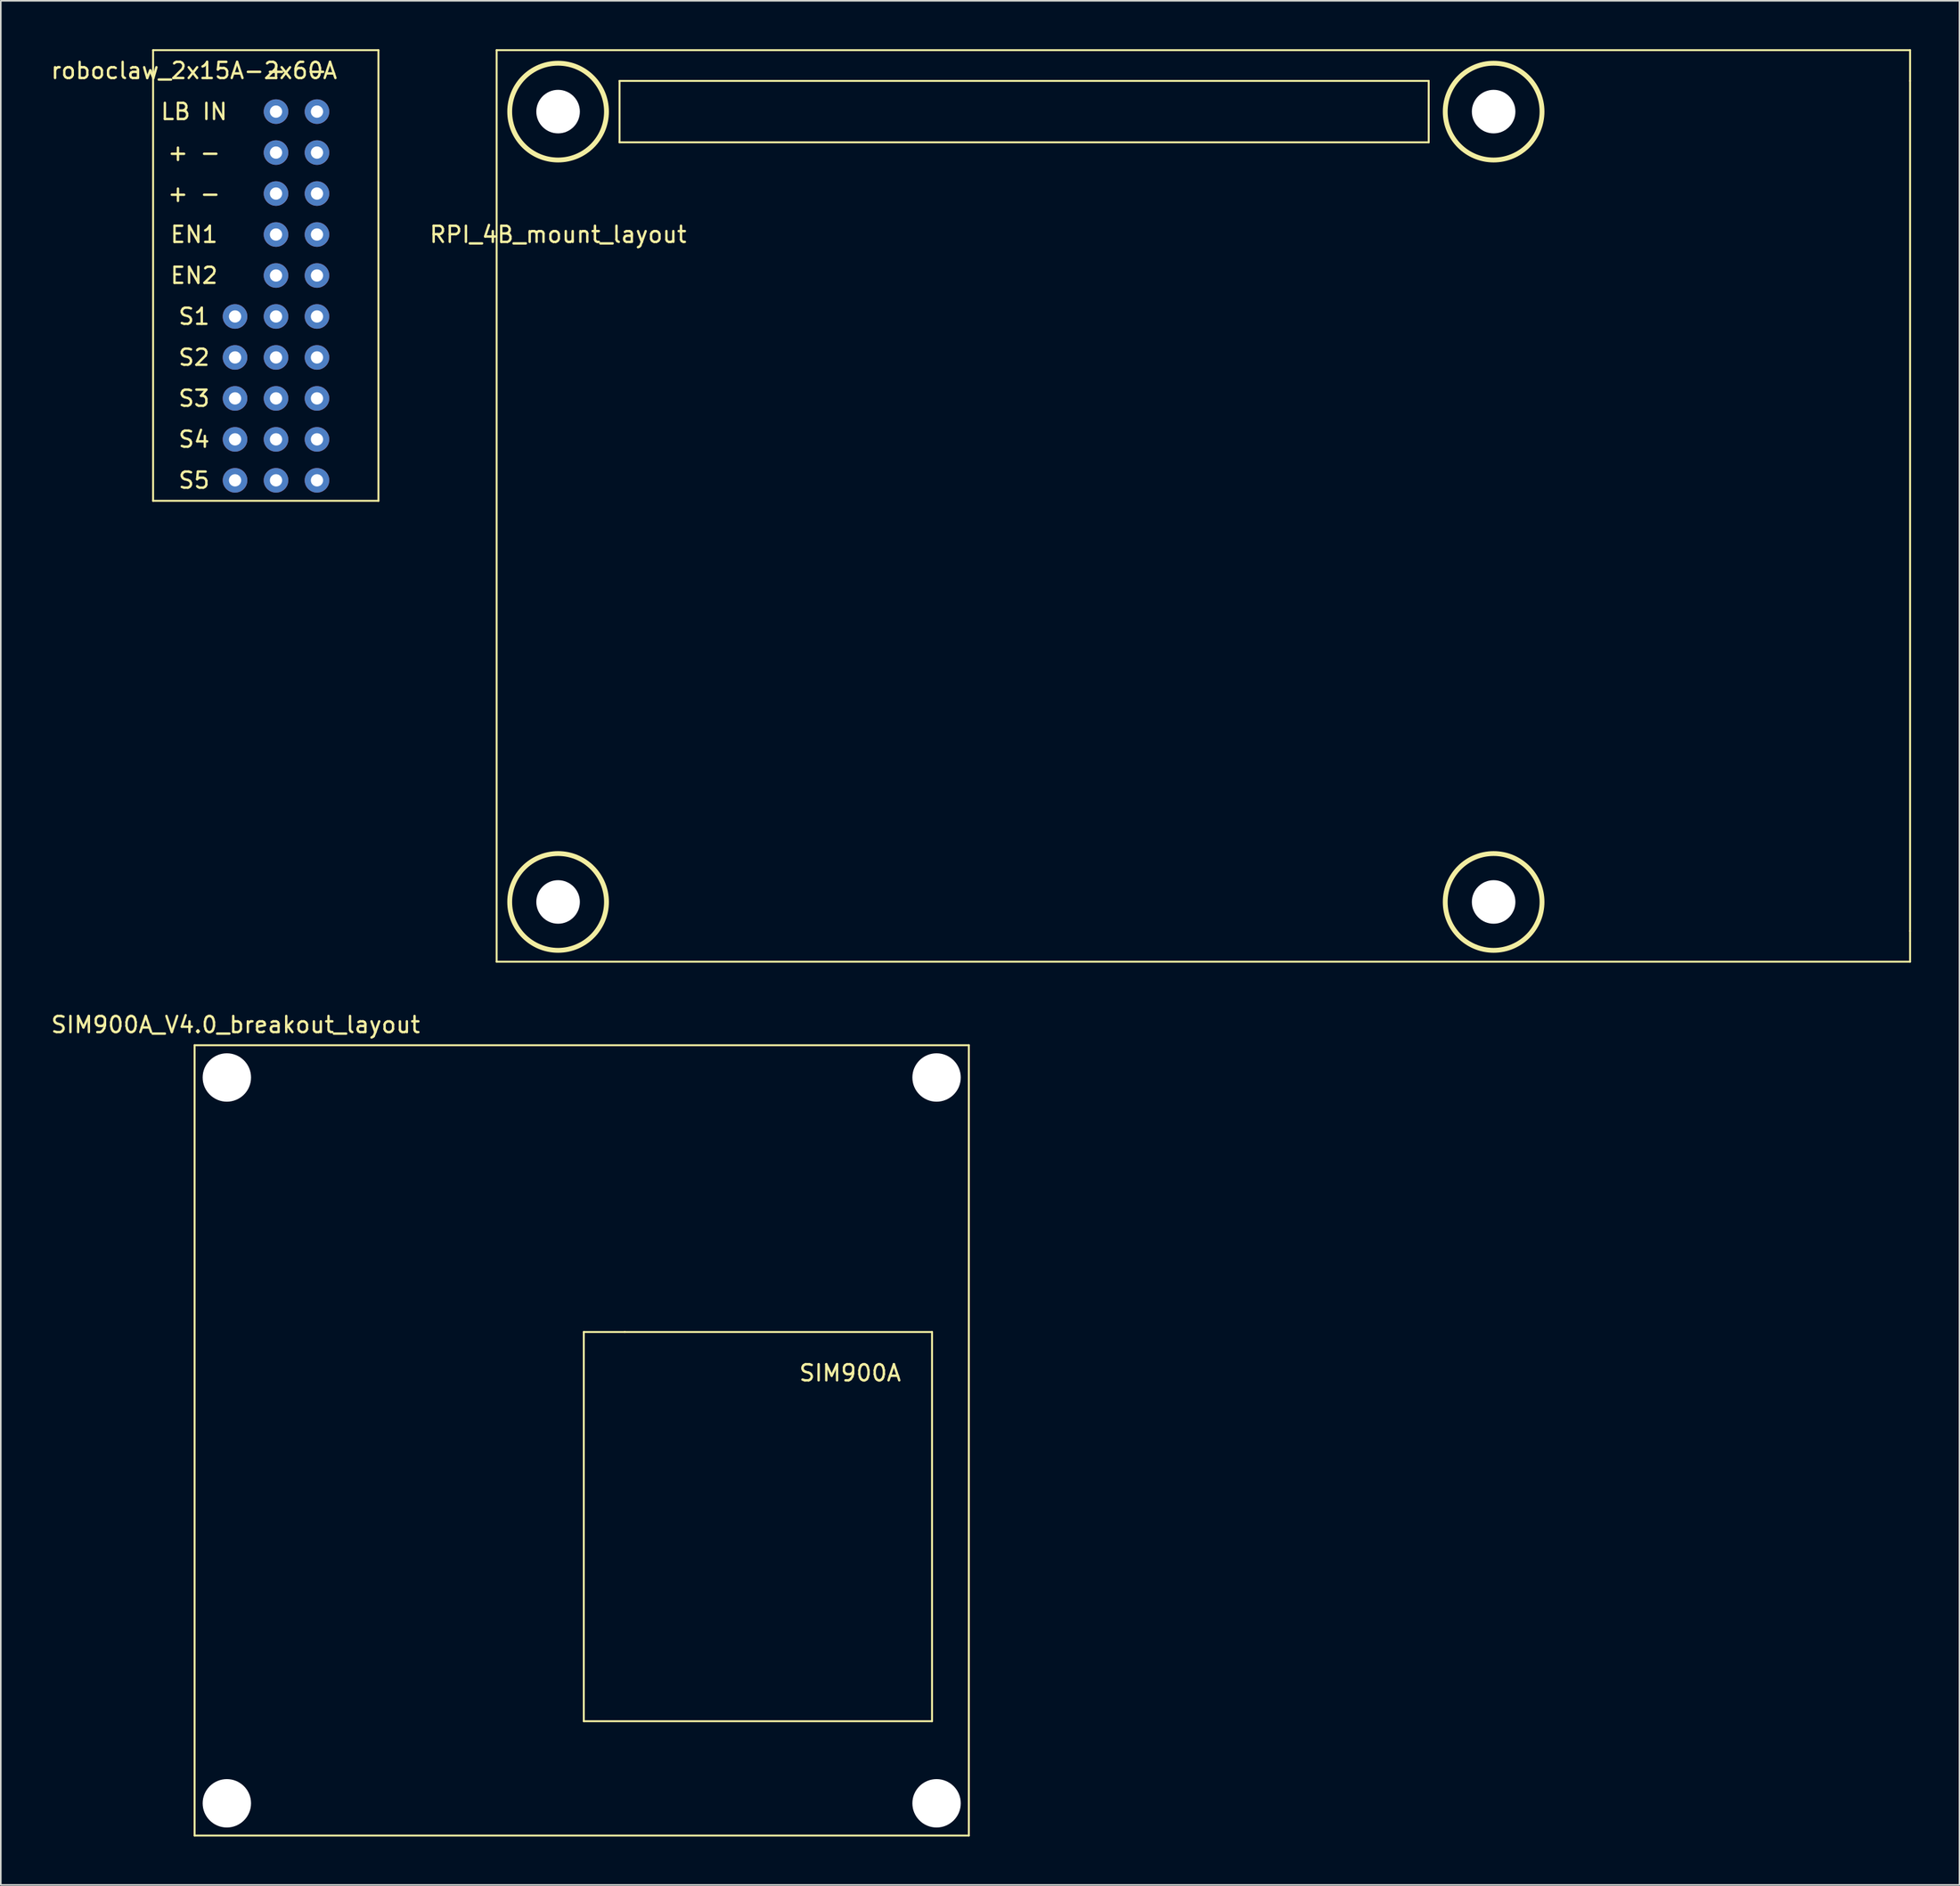
<source format=kicad_pcb>
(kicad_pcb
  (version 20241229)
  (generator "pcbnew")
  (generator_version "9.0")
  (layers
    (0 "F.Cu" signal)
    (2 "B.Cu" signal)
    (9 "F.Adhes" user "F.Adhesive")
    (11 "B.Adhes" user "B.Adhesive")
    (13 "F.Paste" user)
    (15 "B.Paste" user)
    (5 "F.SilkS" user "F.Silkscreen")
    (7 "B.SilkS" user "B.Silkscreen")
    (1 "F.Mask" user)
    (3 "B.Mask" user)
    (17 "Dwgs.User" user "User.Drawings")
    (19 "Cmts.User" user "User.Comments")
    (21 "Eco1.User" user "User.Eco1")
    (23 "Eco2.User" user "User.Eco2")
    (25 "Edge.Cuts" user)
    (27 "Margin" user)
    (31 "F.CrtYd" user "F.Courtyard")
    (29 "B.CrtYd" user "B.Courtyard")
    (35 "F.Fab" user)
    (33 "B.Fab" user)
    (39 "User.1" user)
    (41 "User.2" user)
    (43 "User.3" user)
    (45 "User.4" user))
  (footprint "SIM900A_V4.0_breakout_layout"
    (layer "F.Cu")
    (at 9.014 61.753)
    (property "Reference" "SIM900A_V4.0_breakout_layout" (at 2.54 -1.27 0) (layer "F.SilkS") (effects (font (size 1 1) (thickness 0.15))))
    (attr through_hole)
    (fp_line (start 0 0) (end 0 49) (stroke (width 0.12) (type solid)) (layer "F.SilkS"))
    (fp_line (start 0 0) (end 48 0) (stroke (width 0.12) (type solid)) (layer "F.SilkS"))
    (fp_line (start 0 49) (end 48 49) (stroke (width 0.12) (type solid)) (layer "F.SilkS"))
    (fp_line (start 24.13 17.78) (end 24.13 41.91) (stroke (width 0.12) (type solid)) (layer "F.SilkS"))
    (fp_line (start 24.13 41.91) (end 45.72 41.91) (stroke (width 0.12) (type solid)) (layer "F.SilkS"))
    (fp_line (start 26.67 17.78) (end 24.13 17.78) (stroke (width 0.12) (type solid)) (layer "F.SilkS"))
    (fp_line (start 45.72 17.78) (end 26.67 17.78) (stroke (width 0.12) (type solid)) (layer "F.SilkS"))
    (fp_line (start 45.72 41.91) (end 45.72 17.78) (stroke (width 0.12) (type solid)) (layer "F.SilkS"))
    (fp_line (start 48 49) (end 48 0) (stroke (width 0.12) (type solid)) (layer "F.SilkS"))
    (fp_text user "SIM900A" (at 40.64 20.32 0) (layer "F.SilkS") (effects (font (size 1 1) (thickness 0.15))))
    (pad "" np_thru_hole circle (at 2 2) (size 3 3) (drill 3) (layers "*.Cu" "*.Mask"))
    (pad "" np_thru_hole circle (at 2 47) (size 3 3) (drill 3) (layers "*.Cu" "*.Mask"))
    (pad "" np_thru_hole circle (at 46 2) (size 3 3) (drill 3) (layers "*.Cu" "*.Mask"))
    (pad "" np_thru_hole circle (at 46 47) (size 3 3) (drill 3) (layers "*.Cu" "*.Mask")))
  (footprint "RPI_4B_mount_layout"
    (layer "F.Cu")
    (at 31.55 3.87)
    (property "Reference" "RPI_4B_mount_layout" (at 0 7.62 0) (layer "F.SilkS") (effects (font (size 1 1) (thickness 0.15))))
    (attr through_hole)
    (fp_line (start -3.81 -3.81) (end -3.81 52.705) (stroke (width 0.12) (type solid)) (layer "F.SilkS"))
    (fp_line (start -3.81 -3.81) (end 83.82 -3.81) (stroke (width 0.12) (type solid)) (layer "F.SilkS"))
    (fp_line (start -3.81 52.705) (end 83.82 52.705) (stroke (width 0.12) (type solid)) (layer "F.SilkS"))
    (fp_line (start 3.81 -1.905) (end 3.81 1.905) (stroke (width 0.12) (type solid)) (layer "F.SilkS"))
    (fp_line (start 3.81 1.905) (end 53.975 1.905) (stroke (width 0.12) (type solid)) (layer "F.SilkS"))
    (fp_line (start 53.975 -1.905) (end 3.81 -1.905) (stroke (width 0.12) (type solid)) (layer "F.SilkS"))
    (fp_line (start 53.975 1.905) (end 53.975 -1.905) (stroke (width 0.12) (type solid)) (layer "F.SilkS"))
    (fp_line (start 83.82 -3.81) (end 83.82 -1.905) (stroke (width 0.12) (type solid)) (layer "F.SilkS"))
    (fp_line (start 83.82 -1.905) (end 83.82 50.8) (stroke (width 0.12) (type solid)) (layer "F.SilkS"))
    (fp_line (start 83.82 52.705) (end 83.82 50.8) (stroke (width 0.12) (type solid)) (layer "F.SilkS"))
    (fp_circle (center 0 0) (end 3 0) (stroke (width 0.3) (type solid)) (fill no) (layer "F.SilkS"))
    (fp_circle (center 0 49) (end 3 49) (stroke (width 0.3) (type solid)) (fill no) (layer "F.SilkS"))
    (fp_circle (center 58 0) (end 61 0) (stroke (width 0.3) (type solid)) (fill no) (layer "F.SilkS"))
    (fp_circle (center 58 49) (end 61 49) (stroke (width 0.3) (type solid)) (fill no) (layer "F.SilkS"))
    (pad "" np_thru_hole circle (at 0 0) (size 2.7 2.7) (drill 2.7) (layers "*.Cu" "*.Mask"))
    (pad "" np_thru_hole circle (at 0 49) (size 2.7 2.7) (drill 2.7) (layers "*.Cu" "*.Mask"))
    (pad "" np_thru_hole circle (at 58 0) (size 2.7 2.7) (drill 2.7) (layers "*.Cu" "*.Mask"))
    (pad "" np_thru_hole circle (at 58 49) (size 2.7 2.7) (drill 2.7) (layers "*.Cu" "*.Mask")))
  (footprint "roboclaw_2x15A-2x60A"
    (layer "F.Cu")
    (at 14.062 16.57)
    (property "Reference" "roboclaw_2x15A-2x60A" (at -5.08 -15.24 0) (layer "F.SilkS") (effects (font (size 1 1) (thickness 0.15))))
    (attr through_hole)
    (fp_line (start -7.62 -16.51) (end 6.35 -16.51) (stroke (width 0.12) (type solid)) (layer "F.SilkS"))
    (fp_line (start -7.62 11.43) (end -7.62 -16.51) (stroke (width 0.12) (type solid)) (layer "F.SilkS"))
    (fp_line (start 6.35 -16.51) (end 6.35 11.43) (stroke (width 0.12) (type solid)) (layer "F.SilkS"))
    (fp_line (start 6.35 11.43) (end -7.62 11.43) (stroke (width 0.12) (type solid)) (layer "F.SilkS"))
    (fp_text user "EN1" (at -5.08 -5.08 0) (layer "F.SilkS") (effects (font (size 1 1) (thickness 0.15))))
    (fp_text user "S5" (at -5.08 10.16 0) (layer "F.SilkS") (effects (font (size 1 1) (thickness 0.15))))
    (fp_text user "S2" (at -5.08 2.54 0) (layer "F.SilkS") (effects (font (size 1 1) (thickness 0.15))))
    (fp_text user "+" (at 0 -15.24 0) (layer "F.SilkS") (effects (font (size 1 1) (thickness 0.15))))
    (fp_text user "LB IN" (at -5.08 -12.7 0) (layer "F.SilkS") (effects (font (size 1 1) (thickness 0.15))))
    (fp_text user "EN2" (at -5.08 -2.54 0) (layer "F.SilkS") (effects (font (size 1 1) (thickness 0.15))))
    (fp_text user "S4" (at -5.08 7.62 0) (layer "F.SilkS") (effects (font (size 1 1) (thickness 0.15))))
    (fp_text user "S3" (at -5.08 5.08 0) (layer "F.SilkS") (effects (font (size 1 1) (thickness 0.15))))
    (fp_text user "-" (at 2.54 -15.24 0) (layer "F.SilkS") (effects (font (size 1 1) (thickness 0.15))))
    (fp_text user "S1" (at -5.08 0 0) (layer "F.SilkS") (effects (font (size 1 1) (thickness 0.15))))
    (fp_text user "+ -" (at -5.08 -10.16 0) (layer "F.SilkS") (effects (font (size 1 1) (thickness 0.15))))
    (fp_text user "+ -" (at -5.08 -7.62 0) (layer "F.SilkS") (effects (font (size 1 1) (thickness 0.15))))
    (pad "1" thru_hole circle (at 0 -12.7) (size 1.524 1.524) (drill 0.762) (layers "*.Cu" "*.Mask"))
    (pad "2" thru_hole circle (at 2.54 -12.7) (size 1.524 1.524) (drill 0.762) (layers "*.Cu" "*.Mask"))
    (pad "3" thru_hole circle (at 0 -10.16) (size 1.524 1.524) (drill 0.762) (layers "*.Cu" "*.Mask"))
    (pad "4" thru_hole circle (at 2.54 -10.16) (size 1.524 1.524) (drill 0.762) (layers "*.Cu" "*.Mask"))
    (pad "5" thru_hole circle (at 0 -7.62) (size 1.524 1.524) (drill 0.762) (layers "*.Cu" "*.Mask"))
    (pad "6" thru_hole circle (at 2.54 -7.62) (size 1.524 1.524) (drill 0.762) (layers "*.Cu" "*.Mask"))
    (pad "7" thru_hole circle (at 0 -5.08) (size 1.524 1.524) (drill 0.762) (layers "*.Cu" "*.Mask"))
    (pad "8" thru_hole circle (at 2.54 -5.08) (size 1.524 1.524) (drill 0.762) (layers "*.Cu" "*.Mask"))
    (pad "9" thru_hole circle (at 0 -2.54) (size 1.524 1.524) (drill 0.762) (layers "*.Cu" "*.Mask"))
    (pad "10" thru_hole circle (at 2.54 -2.54) (size 1.524 1.524) (drill 0.762) (layers "*.Cu" "*.Mask"))
    (pad "11" thru_hole circle (at -2.54 0) (size 1.524 1.524) (drill 0.762) (layers "*.Cu" "*.Mask"))
    (pad "12" thru_hole circle (at 0 0) (size 1.524 1.524) (drill 0.762) (layers "*.Cu" "*.Mask"))
    (pad "13" thru_hole circle (at 2.54 0) (size 1.524 1.524) (drill 0.762) (layers "*.Cu" "*.Mask"))
    (pad "14" thru_hole circle (at -2.54 2.54) (size 1.524 1.524) (drill 0.762) (layers "*.Cu" "*.Mask"))
    (pad "15" thru_hole circle (at 0 2.54) (size 1.524 1.524) (drill 0.762) (layers "*.Cu" "*.Mask"))
    (pad "16" thru_hole circle (at 2.54 2.54) (size 1.524 1.524) (drill 0.762) (layers "*.Cu" "*.Mask"))
    (pad "17" thru_hole circle (at -2.54 5.08) (size 1.524 1.524) (drill 0.762) (layers "*.Cu" "*.Mask"))
    (pad "18" thru_hole circle (at 0 5.08) (size 1.524 1.524) (drill 0.762) (layers "*.Cu" "*.Mask"))
    (pad "19" thru_hole circle (at 2.54 5.08) (size 1.524 1.524) (drill 0.762) (layers "*.Cu" "*.Mask"))
    (pad "20" thru_hole circle (at -2.54 7.62) (size 1.524 1.524) (drill 0.762) (layers "*.Cu" "*.Mask"))
    (pad "21" thru_hole circle (at 0 7.62) (size 1.524 1.524) (drill 0.762) (layers "*.Cu" "*.Mask"))
    (pad "22" thru_hole circle (at 2.54 7.62) (size 1.524 1.524) (drill 0.762) (layers "*.Cu" "*.Mask"))
    (pad "23" thru_hole circle (at -2.54 10.16) (size 1.524 1.524) (drill 0.762) (layers "*.Cu" "*.Mask"))
    (pad "24" thru_hole circle (at 0 10.16) (size 1.524 1.524) (drill 0.762) (layers "*.Cu" "*.Mask"))
    (pad "25" thru_hole circle (at 2.54 10.16) (size 1.524 1.524) (drill 0.762) (layers "*.Cu" "*.Mask")))
  (gr_rect
    (start -3 -3)
    (end 118.43 113.813)
    (stroke (width 0.1) (type default))
    (fill no)
    (layer "Edge.Cuts")))
</source>
